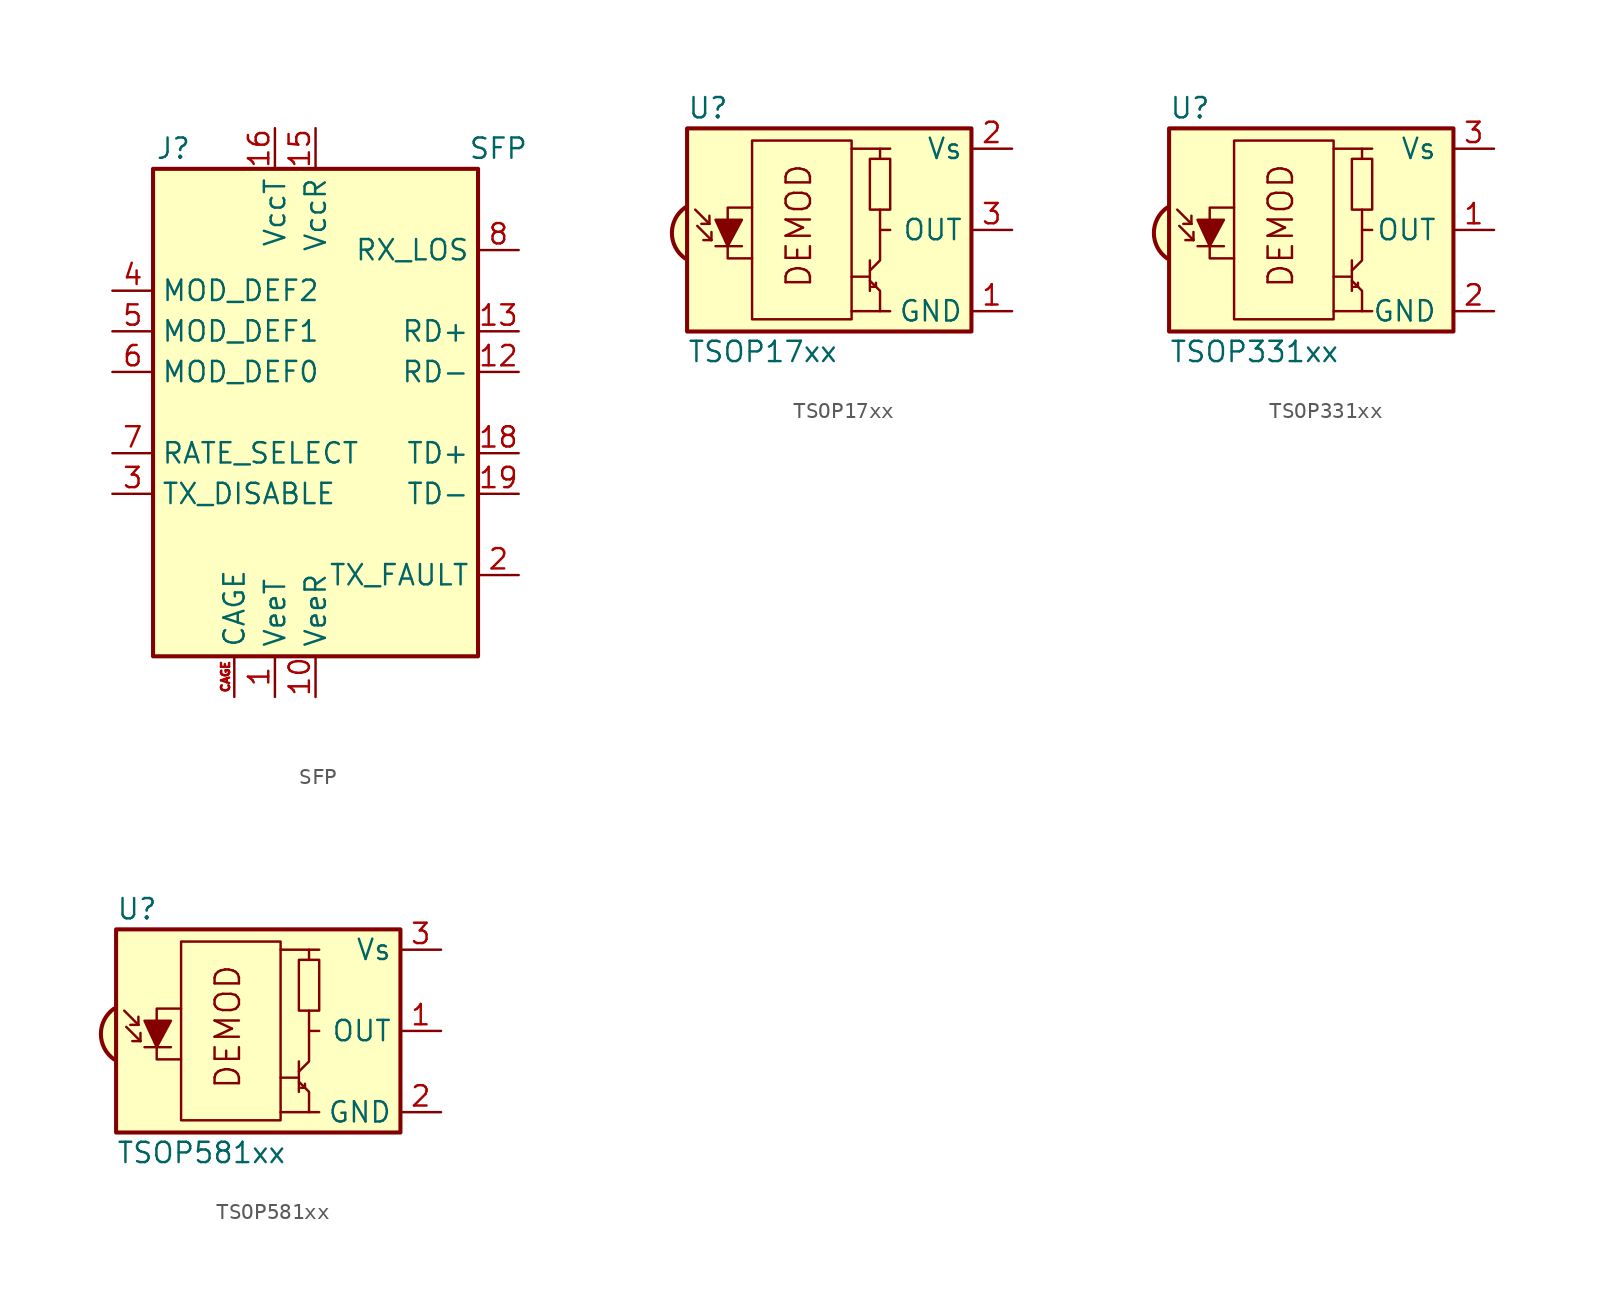
<source format=kicad_sym>
(kicad_symbol_lib
  (version 20201005)
  (generator kicad_symbol_editor)
  (symbol "SFP"
    (property "Reference" "J"
      (at -8.89 16.51 0)
      (effects (font (size 1.27 1.27))))
    (property "Value" "SFP"
      (at 11.43 16.51 0)
      (effects (font (size 1.27 1.27))))
    (symbol "SFP_0_0"
      (rectangle (start -10.16 15.24) (end 10.16 -15.24) (stroke (width 0.254)) (fill (type background))))
    (symbol "SFP_1_1"
      (pin power_in line (at -2.54 -17.78 90) (length 2.54) (name "VeeT" (effects (font (size 1.27 1.27)))) (number "1" (effects (font (size 1.27 1.27)))))
      (pin power_in line (at 0 -17.78 90) (length 2.54) (name "VeeR" (effects (font (size 1.27 1.27)))) (number "10" (effects (font (size 1.27 1.27)))))
      (pin passive line (at 0 -17.78 90) (length 2.54) hide (name "VeeR" (effects (font (size 1.27 1.27)))) (number "11" (effects (font (size 1.27 1.27)))))
      (pin output line (at 12.7 2.54 180) (length 2.54) (name "RD-" (effects (font (size 1.27 1.27)))) (number "12" (effects (font (size 1.27 1.27)))))
      (pin output line (at 12.7 5.08 180) (length 2.54) (name "RD+" (effects (font (size 1.27 1.27)))) (number "13" (effects (font (size 1.27 1.27)))))
      (pin passive line (at 0 -17.78 90) (length 2.54) hide (name "VeeR" (effects (font (size 1.27 1.27)))) (number "14" (effects (font (size 1.27 1.27)))))
      (pin power_in line (at 0 17.78 270) (length 2.54) (name "VccR" (effects (font (size 1.27 1.27)))) (number "15" (effects (font (size 1.27 1.27)))))
      (pin power_in line (at -2.54 17.78 270) (length 2.54) (name "VccT" (effects (font (size 1.27 1.27)))) (number "16" (effects (font (size 1.27 1.27)))))
      (pin passive line (at -2.54 -17.78 90) (length 2.54) hide (name "VeeT" (effects (font (size 1.27 1.27)))) (number "17" (effects (font (size 1.27 1.27)))))
      (pin input line (at 12.7 -2.54 180) (length 2.54) (name "TD+" (effects (font (size 1.27 1.27)))) (number "18" (effects (font (size 1.27 1.27)))))
      (pin input line (at 12.7 -5.08 180) (length 2.54) (name "TD-" (effects (font (size 1.27 1.27)))) (number "19" (effects (font (size 1.27 1.27)))))
      (pin open_collector line (at 12.7 -10.16 180) (length 2.54) (name "TX_FAULT" (effects (font (size 1.27 1.27)))) (number "2" (effects (font (size 1.27 1.27)))))
      (pin passive line (at -2.54 -17.78 90) (length 2.54) hide (name "VeeT" (effects (font (size 1.27 1.27)))) (number "20" (effects (font (size 1.27 1.27)))))
      (pin input line (at -12.7 -5.08 0) (length 2.54) (name "TX_DISABLE" (effects (font (size 1.27 1.27)))) (number "3" (effects (font (size 1.27 1.27)))))
      (pin bidirectional line (at -12.7 7.62 0) (length 2.54) (name "MOD_DEF2" (effects (font (size 1.27 1.27)))) (number "4" (effects (font (size 1.27 1.27)))))
      (pin input line (at -12.7 5.08 0) (length 2.54) (name "MOD_DEF1" (effects (font (size 1.27 1.27)))) (number "5" (effects (font (size 1.27 1.27)))))
      (pin passive line (at -12.7 2.54 0) (length 2.54) (name "MOD_DEF0" (effects (font (size 1.27 1.27)))) (number "6" (effects (font (size 1.27 1.27)))))
      (pin input line (at -12.7 -2.54 0) (length 2.54) (name "RATE_SELECT" (effects (font (size 1.27 1.27)))) (number "7" (effects (font (size 1.27 1.27)))))
      (pin open_collector line (at 12.7 10.16 180) (length 2.54) (name "RX_LOS" (effects (font (size 1.27 1.27)))) (number "8" (effects (font (size 1.27 1.27)))))
      (pin passive line (at 0 -17.78 90) (length 2.54) hide (name "VeeR" (effects (font (size 1.27 1.27)))) (number "9" (effects (font (size 1.27 1.27)))))
      (pin passive line (at -5.08 -17.78 90) (length 2.54) (name "CAGE" (effects (font (size 1.27 1.27)))) (number "CAGE" (effects (font (size 0.508 0.508)))))))
  (symbol "TSOP17xx"
    (property "Reference" "U"
      (at -10.16 7.62 0)
      (effects (font (size 1.27 1.27)) (justify left)))
    (property "Value" "TSOP17xx"
      (at -10.16 -7.62 0)
      (effects (font (size 1.27 1.27)) (justify left)))
    (symbol "TSOP17xx_0_0"
      (arc (start -10.287 1.397) (end -10.287 -1.778) (radius (at -9.144 -0.1778) (length 1.9558) (angles 126 -125.5)) (stroke (width 0.254)) (fill (type background)))
      (text "DEMOD" (at -3.175 0.254 900) (effects (font (size 1.524 1.524))))
      (polyline (pts (xy 1.905 -5.08) (xy 0.127 -5.08)) (stroke (width 0)) (fill (type none)))
      (polyline (pts (xy 1.905 5.08) (xy 0.127 5.08)) (stroke (width 0)) (fill (type none))))
    (symbol "TSOP17xx_0_1"
      (rectangle (start -6.096 5.588) (end 0.127 -5.588) (stroke (width 0)) (fill (type none)))
      (rectangle (start 2.54 1.27) (end 1.27 4.445) (stroke (width 0)) (fill (type none)))
      (rectangle (start 7.62 6.35) (end -10.16 -6.35) (stroke (width 0.254)) (fill (type background)))
      (polyline (pts (xy -8.763 0.381) (xy -9.652 1.27)) (stroke (width 0)) (fill (type none)))
      (polyline (pts (xy -8.763 0.381) (xy -9.271 0.381)) (stroke (width 0)) (fill (type none)))
      (polyline (pts (xy -8.763 0.381) (xy -8.763 0.889)) (stroke (width 0)) (fill (type none)))
      (polyline (pts (xy -8.636 -0.635) (xy -9.525 0.254)) (stroke (width 0)) (fill (type none)))
      (polyline (pts (xy -8.636 -0.635) (xy -9.144 -0.635)) (stroke (width 0)) (fill (type none)))
      (polyline (pts (xy -8.636 -0.635) (xy -8.636 -0.127)) (stroke (width 0)) (fill (type none)))
      (polyline (pts (xy -8.382 -1.016) (xy -6.731 -1.016)) (stroke (width 0)) (fill (type none)))
      (polyline (pts (xy 1.27 -2.921) (xy 0.127 -2.921)) (stroke (width 0)) (fill (type none)))
      (polyline (pts (xy 1.27 -1.905) (xy 1.27 -3.81)) (stroke (width 0)) (fill (type none)))
      (polyline (pts (xy 1.397 -3.556) (xy 1.524 -3.556)) (stroke (width 0)) (fill (type none)))
      (polyline (pts (xy 1.651 -3.556) (xy 1.524 -3.556)) (stroke (width 0)) (fill (type none)))
      (polyline (pts (xy 1.651 -3.556) (xy 1.651 -3.302)) (stroke (width 0)) (fill (type none)))
      (polyline (pts (xy 1.905 0) (xy 1.905 1.27)) (stroke (width 0)) (fill (type none)))
      (polyline (pts (xy 1.905 4.445) (xy 1.905 5.08) (xy 2.54 5.08)) (stroke (width 0)) (fill (type none)))
      (polyline (pts (xy -8.382 0.635) (xy -6.731 0.635) (xy -7.62 -1.016) (xy -8.382 0.635)) (stroke (width 0)) (fill (type outline)))
      (polyline (pts (xy -6.096 1.397) (xy -7.62 1.397) (xy -7.62 -1.778) (xy -6.096 -1.778)) (stroke (width 0)) (fill (type none)))
      (polyline (pts (xy 1.27 -3.175) (xy 1.905 -3.81) (xy 1.905 -5.08) (xy 2.54 -5.08)) (stroke (width 0)) (fill (type none)))
      (polyline (pts (xy 1.27 -2.54) (xy 1.905 -1.905) (xy 1.905 0) (xy 2.54 0)) (stroke (width 0)) (fill (type none))))
    (symbol "TSOP17xx_1_1"
      (pin power_in line (at 10.16 -5.08 180) (length 2.54) (name "GND" (effects (font (size 1.27 1.27)))) (number "1" (effects (font (size 1.27 1.27)))))
      (pin power_in line (at 10.16 5.08 180) (length 2.54) (name "Vs" (effects (font (size 1.27 1.27)))) (number "2" (effects (font (size 1.27 1.27)))))
      (pin output line (at 10.16 0 180) (length 2.54) (name "OUT" (effects (font (size 1.27 1.27)))) (number "3" (effects (font (size 1.27 1.27)))))))
  (symbol "TSOP331xx"
    (pin_names
      (offset 1.016))
    (property "Reference" "U"
      (at -10.16 7.62 0)
      (effects (font (size 1.27 1.27)) (justify left)))
    (property "Value" "TSOP331xx"
      (at -10.16 -7.62 0)
      (effects (font (size 1.27 1.27)) (justify left)))
    (symbol "TSOP331xx_0_0"
      (arc (start -10.287 1.397) (end -10.287 -1.778) (radius (at -9.144 -0.1778) (length 1.9558) (angles 126 -125.5)) (stroke (width 0.254)) (fill (type background)))
      (text "DEMOD" (at -3.175 0.254 900) (effects (font (size 1.524 1.524))))
      (polyline (pts (xy 1.905 -5.08) (xy 0.127 -5.08)) (stroke (width 0)) (fill (type none)))
      (polyline (pts (xy 1.905 5.08) (xy 0.127 5.08)) (stroke (width 0)) (fill (type none))))
    (symbol "TSOP331xx_0_1"
      (rectangle (start -6.096 5.588) (end 0.127 -5.588) (stroke (width 0)) (fill (type none)))
      (rectangle (start 2.54 1.27) (end 1.27 4.445) (stroke (width 0)) (fill (type none)))
      (rectangle (start 7.62 6.35) (end -10.16 -6.35) (stroke (width 0.254)) (fill (type background)))
      (polyline (pts (xy -8.763 0.381) (xy -9.652 1.27)) (stroke (width 0)) (fill (type none)))
      (polyline (pts (xy -8.763 0.381) (xy -9.271 0.381)) (stroke (width 0)) (fill (type none)))
      (polyline (pts (xy -8.763 0.381) (xy -8.763 0.889)) (stroke (width 0)) (fill (type none)))
      (polyline (pts (xy -8.636 -0.635) (xy -9.525 0.254)) (stroke (width 0)) (fill (type none)))
      (polyline (pts (xy -8.636 -0.635) (xy -9.144 -0.635)) (stroke (width 0)) (fill (type none)))
      (polyline (pts (xy -8.636 -0.635) (xy -8.636 -0.127)) (stroke (width 0)) (fill (type none)))
      (polyline (pts (xy -8.382 -1.016) (xy -6.731 -1.016)) (stroke (width 0)) (fill (type none)))
      (polyline (pts (xy 1.27 -2.921) (xy 0.127 -2.921)) (stroke (width 0)) (fill (type none)))
      (polyline (pts (xy 1.27 -1.905) (xy 1.27 -3.81)) (stroke (width 0)) (fill (type none)))
      (polyline (pts (xy 1.397 -3.556) (xy 1.524 -3.556)) (stroke (width 0)) (fill (type none)))
      (polyline (pts (xy 1.651 -3.556) (xy 1.524 -3.556)) (stroke (width 0)) (fill (type none)))
      (polyline (pts (xy 1.651 -3.556) (xy 1.651 -3.302)) (stroke (width 0)) (fill (type none)))
      (polyline (pts (xy 1.905 0) (xy 1.905 1.27)) (stroke (width 0)) (fill (type none)))
      (polyline (pts (xy 1.905 4.445) (xy 1.905 5.08) (xy 2.54 5.08)) (stroke (width 0)) (fill (type none)))
      (polyline (pts (xy -8.382 0.635) (xy -6.731 0.635) (xy -7.62 -1.016) (xy -8.382 0.635)) (stroke (width 0)) (fill (type outline)))
      (polyline (pts (xy -6.096 1.397) (xy -7.62 1.397) (xy -7.62 -1.778) (xy -6.096 -1.778)) (stroke (width 0)) (fill (type none)))
      (polyline (pts (xy 1.27 -3.175) (xy 1.905 -3.81) (xy 1.905 -5.08) (xy 2.54 -5.08)) (stroke (width 0)) (fill (type none)))
      (polyline (pts (xy 1.27 -2.54) (xy 1.905 -1.905) (xy 1.905 0) (xy 2.54 0)) (stroke (width 0)) (fill (type none))))
    (symbol "TSOP331xx_1_1"
      (pin output line (at 10.16 0 180) (length 2.54) (name "OUT" (effects (font (size 1.27 1.27)))) (number "1" (effects (font (size 1.27 1.27)))))
      (pin power_in line (at 10.16 -5.08 180) (length 2.54) (name "GND" (effects (font (size 1.27 1.27)))) (number "2" (effects (font (size 1.27 1.27)))))
      (pin power_in line (at 10.16 5.08 180) (length 2.54) (name "Vs" (effects (font (size 1.27 1.27)))) (number "3" (effects (font (size 1.27 1.27)))))))
  (symbol "TSOP581xx"
    (property "Reference" "U"
      (at -10.16 7.62 0)
      (effects (font (size 1.27 1.27)) (justify left)))
    (property "Value" "TSOP581xx"
      (at -10.16 -7.62 0)
      (effects (font (size 1.27 1.27)) (justify left)))
    (symbol "TSOP581xx_0_0"
      (arc (start -10.287 1.397) (end -10.287 -1.778) (radius (at -9.144 -0.1778) (length 1.9558) (angles 126 -125.5)) (stroke (width 0.254)) (fill (type background)))
      (text "DEMOD" (at -3.175 0.254 900) (effects (font (size 1.524 1.524))))
      (polyline (pts (xy 1.905 -5.08) (xy 0.127 -5.08)) (stroke (width 0)) (fill (type none)))
      (polyline (pts (xy 1.905 5.08) (xy 0.127 5.08)) (stroke (width 0)) (fill (type none))))
    (symbol "TSOP581xx_0_1"
      (rectangle (start -6.096 5.588) (end 0.127 -5.588) (stroke (width 0)) (fill (type none)))
      (rectangle (start 2.54 1.27) (end 1.27 4.445) (stroke (width 0)) (fill (type none)))
      (rectangle (start 7.62 6.35) (end -10.16 -6.35) (stroke (width 0.254)) (fill (type background)))
      (polyline (pts (xy -8.763 0.381) (xy -9.652 1.27)) (stroke (width 0)) (fill (type none)))
      (polyline (pts (xy -8.763 0.381) (xy -9.271 0.381)) (stroke (width 0)) (fill (type none)))
      (polyline (pts (xy -8.763 0.381) (xy -8.763 0.889)) (stroke (width 0)) (fill (type none)))
      (polyline (pts (xy -8.636 -0.635) (xy -9.525 0.254)) (stroke (width 0)) (fill (type none)))
      (polyline (pts (xy -8.636 -0.635) (xy -9.144 -0.635)) (stroke (width 0)) (fill (type none)))
      (polyline (pts (xy -8.636 -0.635) (xy -8.636 -0.127)) (stroke (width 0)) (fill (type none)))
      (polyline (pts (xy -8.382 -1.016) (xy -6.731 -1.016)) (stroke (width 0)) (fill (type none)))
      (polyline (pts (xy 1.27 -2.921) (xy 0.127 -2.921)) (stroke (width 0)) (fill (type none)))
      (polyline (pts (xy 1.27 -1.905) (xy 1.27 -3.81)) (stroke (width 0)) (fill (type none)))
      (polyline (pts (xy 1.397 -3.556) (xy 1.524 -3.556)) (stroke (width 0)) (fill (type none)))
      (polyline (pts (xy 1.651 -3.556) (xy 1.524 -3.556)) (stroke (width 0)) (fill (type none)))
      (polyline (pts (xy 1.651 -3.556) (xy 1.651 -3.302)) (stroke (width 0)) (fill (type none)))
      (polyline (pts (xy 1.905 0) (xy 1.905 1.27)) (stroke (width 0)) (fill (type none)))
      (polyline (pts (xy 1.905 4.445) (xy 1.905 5.08) (xy 2.54 5.08)) (stroke (width 0)) (fill (type none)))
      (polyline (pts (xy -8.382 0.635) (xy -6.731 0.635) (xy -7.62 -1.016) (xy -8.382 0.635)) (stroke (width 0)) (fill (type outline)))
      (polyline (pts (xy -6.096 1.397) (xy -7.62 1.397) (xy -7.62 -1.778) (xy -6.096 -1.778)) (stroke (width 0)) (fill (type none)))
      (polyline (pts (xy 1.27 -3.175) (xy 1.905 -3.81) (xy 1.905 -5.08) (xy 2.54 -5.08)) (stroke (width 0)) (fill (type none)))
      (polyline (pts (xy 1.27 -2.54) (xy 1.905 -1.905) (xy 1.905 0) (xy 2.54 0)) (stroke (width 0)) (fill (type none))))
    (symbol "TSOP581xx_1_1"
      (pin output line (at 10.16 0 180) (length 2.54) (name "OUT" (effects (font (size 1.27 1.27)))) (number "1" (effects (font (size 1.27 1.27)))))
      (pin power_in line (at 10.16 -5.08 180) (length 2.54) (name "GND" (effects (font (size 1.27 1.27)))) (number "2" (effects (font (size 1.27 1.27)))))
      (pin power_in line (at 10.16 5.08 180) (length 2.54) (name "Vs" (effects (font (size 1.27 1.27)))) (number "3" (effects (font (size 1.27 1.27))))))))
</source>
